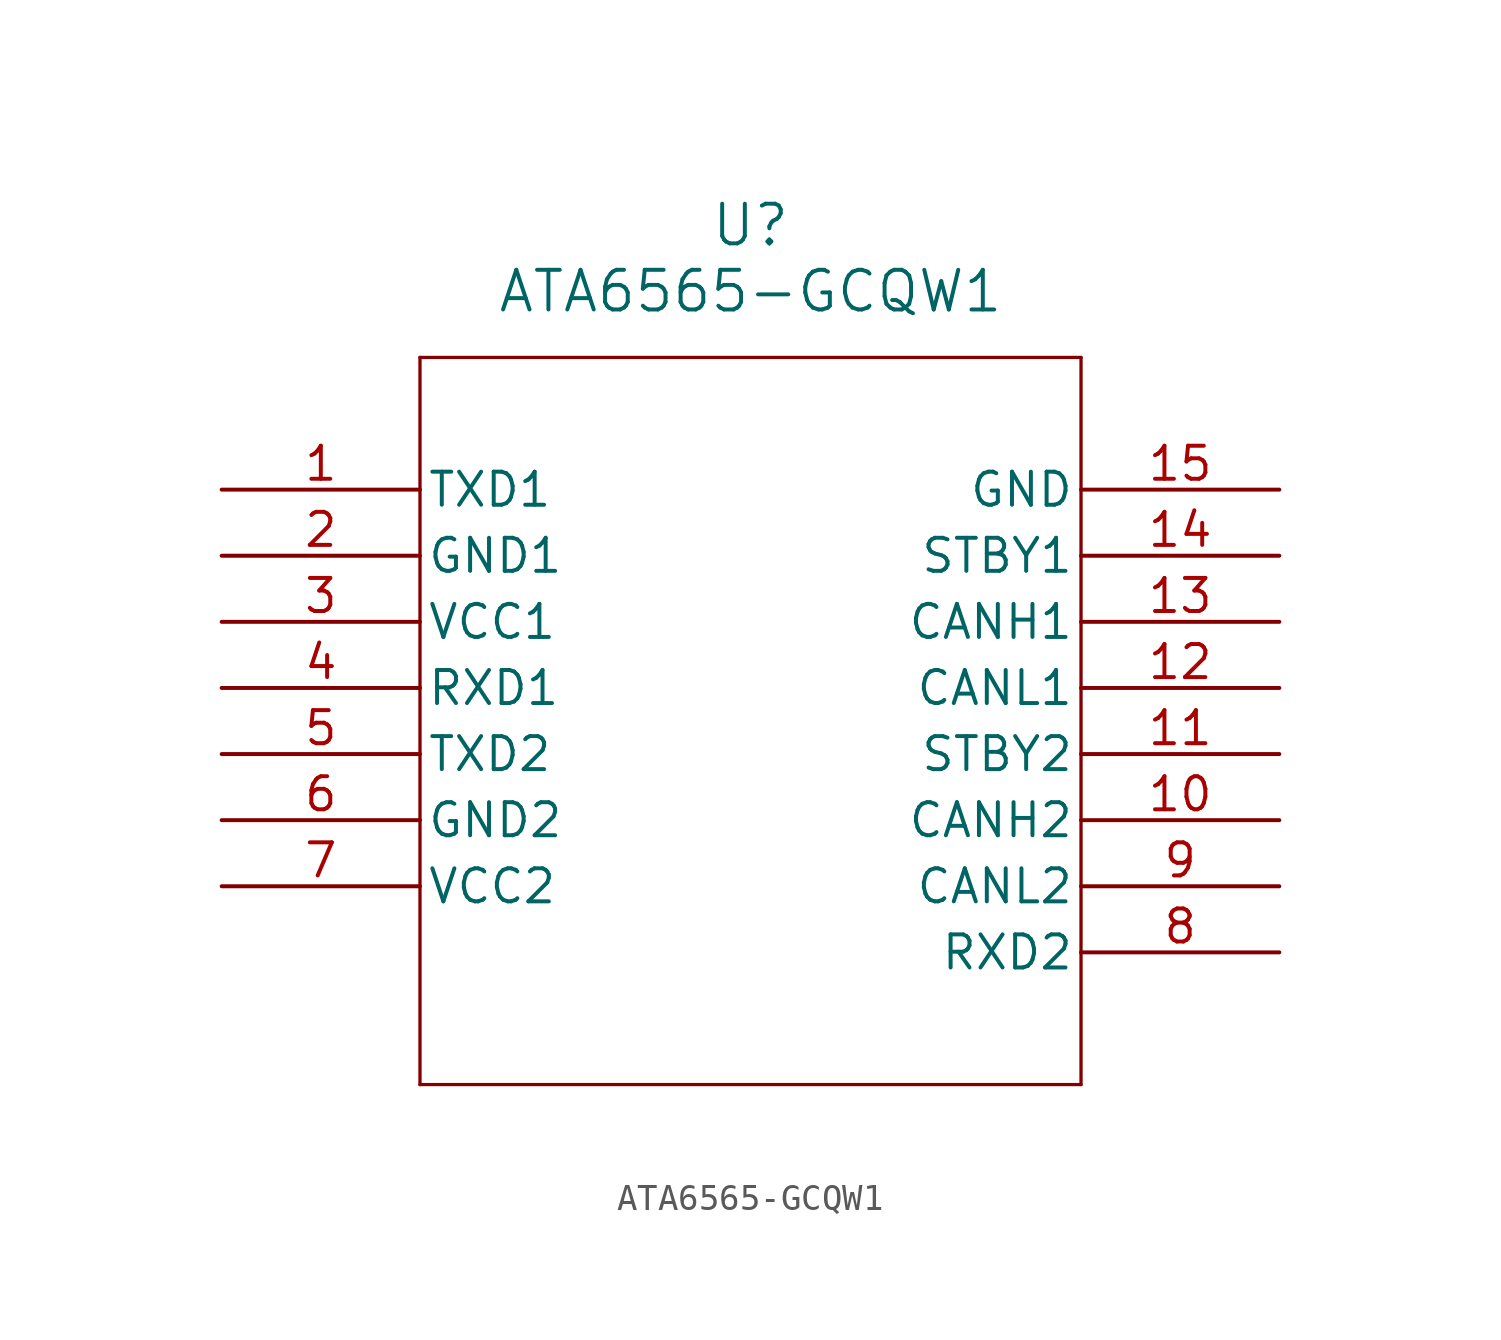
<source format=kicad_sym>
(kicad_symbol_lib
  (version 20211014)
  (generator kicad_symbol_editor)
  (symbol "ATA6565-GCQW1"
    (pin_names
      (offset 0.254))
    (property "Reference" "U"
      (at 20.32 10.16 0)
      (effects (font (size 1.524 1.524))))
    (property "Value" "ATA6565-GCQW1"
      (at 20.32 7.62 0)
      (effects (font (size 1.524 1.524))))
    (symbol "ATA6565-GCQW1_0_1"
      (polyline (pts (xy 7.62 5.08) (xy 7.62 -22.86)) (stroke (width 0.127) (type default) (color 0 0 0 0)) (fill (type none)))
      (polyline (pts (xy 7.62 -22.86) (xy 33.02 -22.86)) (stroke (width 0.127) (type default) (color 0 0 0 0)) (fill (type none)))
      (polyline (pts (xy 33.02 -22.86) (xy 33.02 5.08)) (stroke (width 0.127) (type default) (color 0 0 0 0)) (fill (type none)))
      (polyline (pts (xy 33.02 5.08) (xy 7.62 5.08)) (stroke (width 0.127) (type default) (color 0 0 0 0)) (fill (type none)))
      (pin input line (at 0 0 0) (length 7.62) (name "TXD1" (effects (font (size 1.27 1.27)))) (number "1" (effects (font (size 1.27 1.27)))))
      (pin power_out line (at 0 -2.54 0) (length 7.62) (name "GND1" (effects (font (size 1.27 1.27)))) (number "2" (effects (font (size 1.27 1.27)))))
      (pin power_in line (at 0 -5.08 0) (length 7.62) (name "VCC1" (effects (font (size 1.27 1.27)))) (number "3" (effects (font (size 1.27 1.27)))))
      (pin output line (at 0 -7.62 0) (length 7.62) (name "RXD1" (effects (font (size 1.27 1.27)))) (number "4" (effects (font (size 1.27 1.27)))))
      (pin input line (at 0 -10.16 0) (length 7.62) (name "TXD2" (effects (font (size 1.27 1.27)))) (number "5" (effects (font (size 1.27 1.27)))))
      (pin power_out line (at 0 -12.7 0) (length 7.62) (name "GND2" (effects (font (size 1.27 1.27)))) (number "6" (effects (font (size 1.27 1.27)))))
      (pin power_in line (at 0 -15.24 0) (length 7.62) (name "VCC2" (effects (font (size 1.27 1.27)))) (number "7" (effects (font (size 1.27 1.27)))))
      (pin output line (at 40.64 -17.78 180) (length 7.62) (name "RXD2" (effects (font (size 1.27 1.27)))) (number "8" (effects (font (size 1.27 1.27)))))
      (pin bidirectional line (at 40.64 -15.24 180) (length 7.62) (name "CANL2" (effects (font (size 1.27 1.27)))) (number "9" (effects (font (size 1.27 1.27)))))
      (pin bidirectional line (at 40.64 -12.7 180) (length 7.62) (name "CANH2" (effects (font (size 1.27 1.27)))) (number "10" (effects (font (size 1.27 1.27)))))
      (pin input line (at 40.64 -10.16 180) (length 7.62) (name "STBY2" (effects (font (size 1.27 1.27)))) (number "11" (effects (font (size 1.27 1.27)))))
      (pin bidirectional line (at 40.64 -7.62 180) (length 7.62) (name "CANL1" (effects (font (size 1.27 1.27)))) (number "12" (effects (font (size 1.27 1.27)))))
      (pin bidirectional line (at 40.64 -5.08 180) (length 7.62) (name "CANH1" (effects (font (size 1.27 1.27)))) (number "13" (effects (font (size 1.27 1.27)))))
      (pin input line (at 40.64 -2.54 180) (length 7.62) (name "STBY1" (effects (font (size 1.27 1.27)))) (number "14" (effects (font (size 1.27 1.27)))))
      (pin power_out line (at 40.64 0 180) (length 7.62) (name "GND" (effects (font (size 1.27 1.27)))) (number "15" (effects (font (size 1.27 1.27))))))))
</source>
